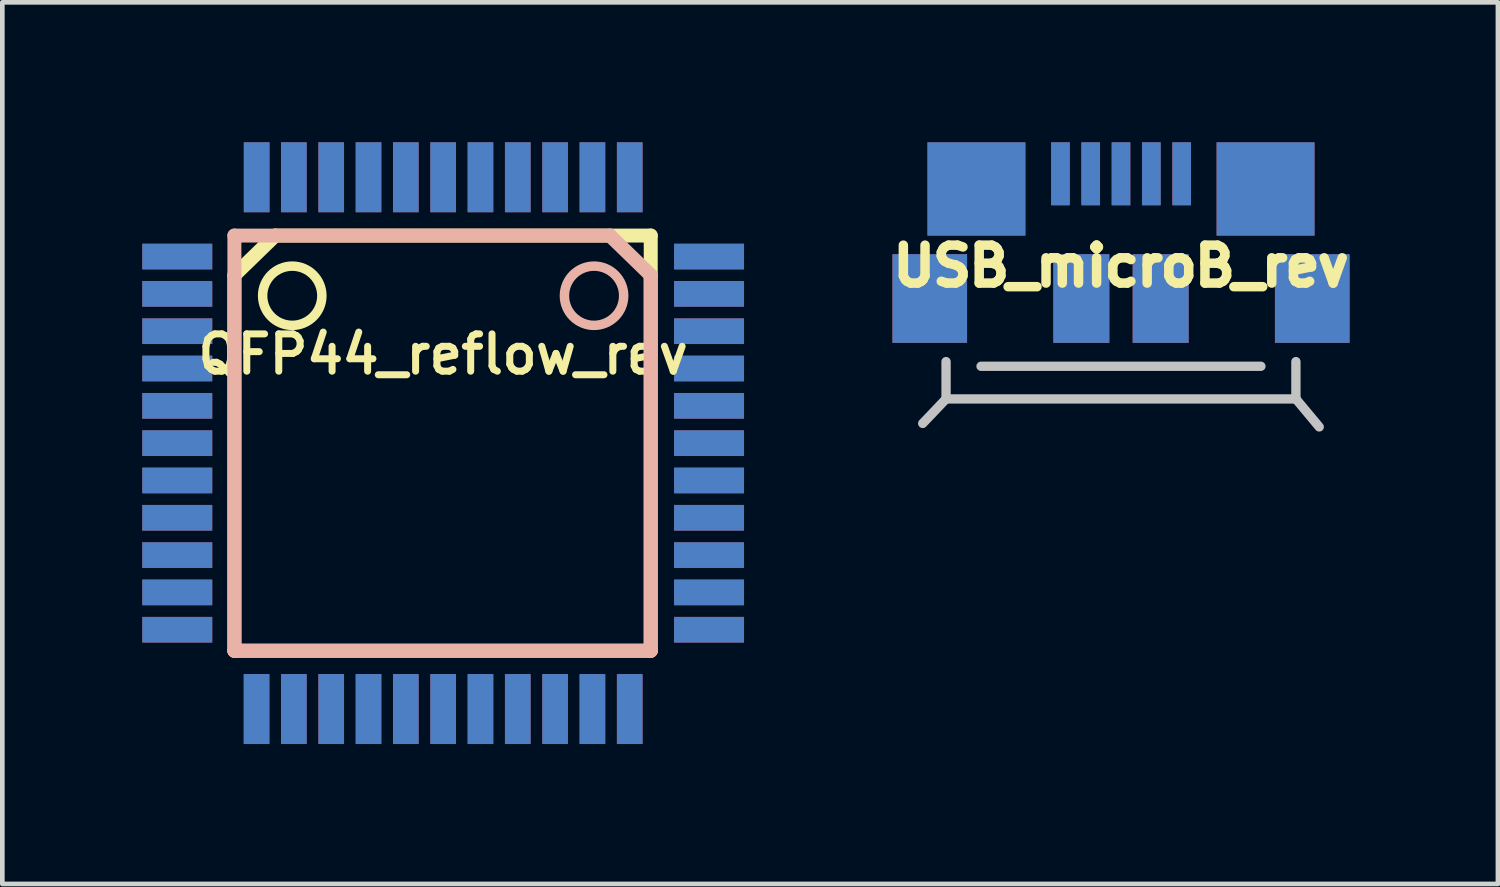
<source format=kicad_pcb>
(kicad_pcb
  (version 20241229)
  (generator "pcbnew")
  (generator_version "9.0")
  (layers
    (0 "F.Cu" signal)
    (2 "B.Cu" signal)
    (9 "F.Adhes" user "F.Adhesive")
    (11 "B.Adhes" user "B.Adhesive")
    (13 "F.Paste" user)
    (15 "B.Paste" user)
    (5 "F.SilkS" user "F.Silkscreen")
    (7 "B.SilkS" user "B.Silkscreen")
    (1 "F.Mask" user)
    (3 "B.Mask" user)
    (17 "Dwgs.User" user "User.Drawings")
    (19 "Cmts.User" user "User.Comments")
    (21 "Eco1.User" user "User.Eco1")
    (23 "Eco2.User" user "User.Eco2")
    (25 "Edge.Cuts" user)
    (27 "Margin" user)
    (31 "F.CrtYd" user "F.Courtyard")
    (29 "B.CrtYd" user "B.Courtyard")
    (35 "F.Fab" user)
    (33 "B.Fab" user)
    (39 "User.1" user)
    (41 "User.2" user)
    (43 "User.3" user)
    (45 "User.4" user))
  (footprint "USB_microB_rev"
    (layer "F.Cu")
    (at 20.981 3.352)
    (property "Reference" "USB_microB_rev" (at 0 -0.699 0) (layer "F.SilkS") (effects (font (size 0.813 0.813) (thickness 0.203))))
    (attr through_hole)
    (fp_line (start -3.75 2.15) (end -4.25 2.675) (stroke (width 0.2) (type solid)) (layer "Dwgs.User"))
    (fp_line (start -3.75 2.15) (end -3.75 1.35) (stroke (width 0.2) (type solid)) (layer "Dwgs.User"))
    (fp_line (start -3.75 2.15) (end 3.75 2.15) (stroke (width 0.2) (type solid)) (layer "Dwgs.User"))
    (fp_line (start -3 1.45) (end 3 1.45) (stroke (width 0.2) (type solid)) (layer "Dwgs.User"))
    (fp_line (start 3.75 2.15) (end 3.75 1.35) (stroke (width 0.2) (type solid)) (layer "Dwgs.User"))
    (fp_line (start 3.75 2.15) (end 4.25 2.75) (stroke (width 0.2) (type solid)) (layer "Dwgs.User"))
    (pad "1" smd rect (at -1.297 -2.677) (size 0.4 1.35) (layers "B.Cu" "B.Mask" "B.Paste"))
    (pad "1" smd rect (at 1.298 -2.675 180) (size 0.4 1.35) (layers "F.Cu" "F.Mask" "F.Paste"))
    (pad "2" smd rect (at -0.649 -2.677) (size 0.4 1.35) (layers "B.Cu" "B.Mask" "B.Paste"))
    (pad "2" smd rect (at 0.65 -2.675 180) (size 0.4 1.35) (layers "F.Cu" "F.Mask" "F.Paste"))
    (pad "3" smd rect (at 0 -2.675 180) (size 0.4 1.35) (layers "F.Cu" "F.Mask" "F.Paste"))
    (pad "3" smd rect (at 0.001 -2.677) (size 0.4 1.35) (layers "B.Cu" "B.Mask" "B.Paste"))
    (pad "4" smd rect (at -0.65 -2.675 180) (size 0.4 1.35) (layers "F.Cu" "F.Mask" "F.Paste"))
    (pad "4" smd rect (at 0.651 -2.677) (size 0.4 1.35) (layers "B.Cu" "B.Mask" "B.Paste"))
    (pad "5" smd rect (at -1.3 -2.675 180) (size 0.4 1.35) (layers "F.Cu" "F.Mask" "F.Paste"))
    (pad "5" smd rect (at 1.302 -2.677) (size 0.4 1.35) (layers "B.Cu" "B.Mask" "B.Paste"))
    (pad "6" smd rect (at -4.1 0) (size 1.6 1.9) (layers "F.Cu" "F.Mask" "F.Paste"))
    (pad "6" smd rect (at -4.099 -0.003 180) (size 1.6 1.9) (layers "B.Cu" "B.Mask" "B.Paste"))
    (pad "6" smd rect (at -3.099 -2.349) (size 2.1 2) (layers "F.Cu" "F.Mask" "F.Paste"))
    (pad "6" smd rect (at -3.098 -2.352 180) (size 2.1 2) (layers "B.Cu" "B.Mask" "B.Paste"))
    (pad "6" smd rect (at -0.85 0) (size 1.2 1.9) (layers "F.Cu" "F.Mask" "F.Paste"))
    (pad "6" smd rect (at -0.849 -0.003 180) (size 1.2 1.9) (layers "B.Cu" "B.Mask" "B.Paste"))
    (pad "6" smd rect (at 0.85 0) (size 1.2 1.9) (layers "F.Cu" "F.Mask" "F.Paste"))
    (pad "6" smd rect (at 0.851 -0.003 180) (size 1.2 1.9) (layers "B.Cu" "B.Mask" "B.Paste"))
    (pad "6" smd rect (at 3.099 -2.349) (size 2.1 2) (layers "F.Cu" "F.Mask" "F.Paste"))
    (pad "6" smd rect (at 3.1 -2.352 180) (size 2.1 2) (layers "B.Cu" "B.Mask" "B.Paste"))
    (pad "6" smd rect (at 4.1 0) (size 1.6 1.9) (layers "F.Cu" "F.Mask" "F.Paste"))
    (pad "6" smd rect (at 4.101 -0.003 180) (size 1.6 1.9) (layers "B.Cu" "B.Mask" "B.Paste")))
  (footprint "QFP44_reflow_rev"
    (layer "F.Cu")
    (at 6.45 6.45)
    (property "Reference" "QFP44_reflow_rev" (at 0 -1.905 0) (layer "F.SilkS") (effects (font (size 0.8 0.8) (thickness 0.15))))
    (attr smd)
    (fp_line (start -4.475 -3.6) (end -4.475 4.45) (stroke (width 0.3) (type solid)) (layer "F.SilkS"))
    (fp_line (start -4.475 4.45) (end 4.45 4.45) (stroke (width 0.3) (type solid)) (layer "F.SilkS"))
    (fp_line (start -3.6 -4.45) (end -4.475 -3.6) (stroke (width 0.3) (type solid)) (layer "F.SilkS"))
    (fp_line (start 4.45 -4.45) (end -3.6 -4.45) (stroke (width 0.3) (type solid)) (layer "F.SilkS"))
    (fp_line (start 4.45 4.45) (end 4.45 -4.45) (stroke (width 0.3) (type solid)) (layer "F.SilkS"))
    (fp_circle (center -3.235 -3.16) (end -2.6 -3.16) (stroke (width 0.203) (type solid)) (fill no) (layer "F.SilkS"))
    (fp_line (start -4.475 -4.45) (end 3.575 -4.45) (stroke (width 0.3) (type solid)) (layer "B.SilkS"))
    (fp_line (start -4.475 4.45) (end -4.475 -4.45) (stroke (width 0.3) (type solid)) (layer "B.SilkS"))
    (fp_line (start 3.575 -4.45) (end 4.45 -3.6) (stroke (width 0.3) (type solid)) (layer "B.SilkS"))
    (fp_line (start 4.45 -3.6) (end 4.45 4.45) (stroke (width 0.3) (type solid)) (layer "B.SilkS"))
    (fp_line (start 4.45 4.45) (end -4.475 4.45) (stroke (width 0.3) (type solid)) (layer "B.SilkS"))
    (fp_circle (center 3.235 -3.16) (end 3.87 -3.16) (stroke (width 0.203) (type solid)) (fill no) (layer "B.SilkS"))
    (pad "1" smd rect (at -5.7 -4) (size 1.5 0.55) (layers "F.Cu" "F.Mask" "F.Paste"))
    (pad "1" smd rect (at 5.7 -4) (size 1.5 0.55) (layers "B.Cu" "B.Mask" "B.Paste"))
    (pad "2" smd rect (at -5.7 -3.2) (size 1.5 0.55) (layers "F.Cu" "F.Mask" "F.Paste"))
    (pad "2" smd rect (at 5.7 -3.2 180) (size 1.5 0.55) (layers "B.Cu" "B.Mask" "B.Paste"))
    (pad "3" smd rect (at -5.7 -2.4) (size 1.5 0.55) (layers "F.Cu" "F.Mask" "F.Paste"))
    (pad "3" smd rect (at 5.7 -2.4) (size 1.5 0.55) (layers "B.Cu" "B.Mask" "B.Paste"))
    (pad "4" smd rect (at -5.7 -1.6) (size 1.5 0.55) (layers "F.Cu" "F.Mask" "F.Paste"))
    (pad "4" smd rect (at 5.7 -1.6 180) (size 1.5 0.55) (layers "B.Cu" "B.Mask" "B.Paste"))
    (pad "5" smd rect (at -5.7 -0.8) (size 1.5 0.55) (layers "F.Cu" "F.Mask" "F.Paste"))
    (pad "5" smd rect (at 5.7 -0.8 180) (size 1.5 0.55) (layers "B.Cu" "B.Mask" "B.Paste"))
    (pad "6" smd rect (at -5.7 0) (size 1.5 0.55) (layers "F.Cu" "F.Mask" "F.Paste"))
    (pad "6" smd rect (at 5.7 0 180) (size 1.5 0.55) (layers "B.Cu" "B.Mask" "B.Paste"))
    (pad "7" smd rect (at -5.7 0.8) (size 1.5 0.55) (layers "F.Cu" "F.Mask" "F.Paste"))
    (pad "7" smd rect (at 5.7 0.8 180) (size 1.5 0.55) (layers "B.Cu" "B.Mask" "B.Paste"))
    (pad "8" smd rect (at -5.7 1.6) (size 1.5 0.55) (layers "F.Cu" "F.Mask" "F.Paste"))
    (pad "8" smd rect (at 5.7 1.6 180) (size 1.5 0.55) (layers "B.Cu" "B.Mask" "B.Paste"))
    (pad "9" smd rect (at -5.7 2.4) (size 1.5 0.55) (layers "F.Cu" "F.Mask" "F.Paste"))
    (pad "9" smd rect (at 5.7 2.4 180) (size 1.5 0.55) (layers "B.Cu" "B.Mask" "B.Paste"))
    (pad "10" smd rect (at -5.7 3.2) (size 1.5 0.55) (layers "F.Cu" "F.Mask" "F.Paste"))
    (pad "10" smd rect (at 5.7 3.2 180) (size 1.5 0.55) (layers "B.Cu" "B.Mask" "B.Paste"))
    (pad "11" smd rect (at -5.7 4) (size 1.5 0.55) (layers "F.Cu" "F.Mask" "F.Paste"))
    (pad "11" smd rect (at 5.7 4 180) (size 1.5 0.55) (layers "B.Cu" "B.Mask" "B.Paste"))
    (pad "12" smd rect (at -4 5.7) (size 0.55 1.5) (layers "F.Cu" "F.Mask" "F.Paste"))
    (pad "12" smd rect (at 4 5.7 180) (size 0.55 1.5) (layers "B.Cu" "B.Mask" "B.Paste"))
    (pad "13" smd rect (at -3.2 5.7) (size 0.55 1.5) (layers "F.Cu" "F.Mask" "F.Paste"))
    (pad "13" smd rect (at 3.2 5.7 180) (size 0.55 1.5) (layers "B.Cu" "B.Mask" "B.Paste"))
    (pad "14" smd rect (at -2.4 5.7) (size 0.55 1.5) (layers "F.Cu" "F.Mask" "F.Paste"))
    (pad "14" smd rect (at 2.4 5.7 180) (size 0.55 1.5) (layers "B.Cu" "B.Mask" "B.Paste"))
    (pad "15" smd rect (at -1.6 5.7) (size 0.55 1.5) (layers "F.Cu" "F.Mask" "F.Paste"))
    (pad "15" smd rect (at 1.6 5.7 180) (size 0.55 1.5) (layers "B.Cu" "B.Mask" "B.Paste"))
    (pad "16" smd rect (at -0.8 5.7) (size 0.55 1.5) (layers "F.Cu" "F.Mask" "F.Paste"))
    (pad "16" smd rect (at 0.8 5.7 180) (size 0.55 1.5) (layers "B.Cu" "B.Mask" "B.Paste"))
    (pad "17" smd rect (at 0 5.7) (size 0.55 1.5) (layers "F.Cu" "F.Mask" "F.Paste"))
    (pad "17" smd rect (at 0 5.7 180) (size 0.55 1.5) (layers "B.Cu" "B.Mask" "B.Paste"))
    (pad "18" smd rect (at -0.8 5.7 180) (size 0.55 1.5) (layers "B.Cu" "B.Mask" "B.Paste"))
    (pad "18" smd rect (at 0.8 5.7) (size 0.55 1.5) (layers "F.Cu" "F.Mask" "F.Paste"))
    (pad "19" smd rect (at -1.6 5.7 180) (size 0.55 1.5) (layers "B.Cu" "B.Mask" "B.Paste"))
    (pad "19" smd rect (at 1.6 5.7) (size 0.55 1.5) (layers "F.Cu" "F.Mask" "F.Paste"))
    (pad "20" smd rect (at -2.4 5.7 180) (size 0.55 1.5) (layers "B.Cu" "B.Mask" "B.Paste"))
    (pad "20" smd rect (at 2.4 5.7) (size 0.55 1.5) (layers "F.Cu" "F.Mask" "F.Paste"))
    (pad "21" smd rect (at -3.2 5.7 180) (size 0.55 1.5) (layers "B.Cu" "B.Mask" "B.Paste"))
    (pad "21" smd rect (at 3.2 5.7) (size 0.55 1.5) (layers "F.Cu" "F.Mask" "F.Paste"))
    (pad "22" smd rect (at -4 5.7 180) (size 0.55 1.5) (layers "B.Cu" "B.Mask" "B.Paste"))
    (pad "22" smd rect (at 4 5.7) (size 0.55 1.5) (layers "F.Cu" "F.Mask" "F.Paste"))
    (pad "23" smd rect (at -5.7 4 90) (size 0.55 1.5) (layers "B.Cu" "B.Mask" "B.Paste"))
    (pad "23" smd rect (at 5.7 4 90) (size 0.55 1.5) (layers "F.Cu" "F.Mask" "F.Paste"))
    (pad "24" smd rect (at -5.7 3.2 90) (size 0.55 1.5) (layers "B.Cu" "B.Mask" "B.Paste"))
    (pad "24" smd rect (at 5.7 3.2 90) (size 0.55 1.5) (layers "F.Cu" "F.Mask" "F.Paste"))
    (pad "25" smd rect (at -5.7 2.4 90) (size 0.55 1.5) (layers "B.Cu" "B.Mask" "B.Paste"))
    (pad "25" smd rect (at 5.7 2.4 90) (size 0.55 1.5) (layers "F.Cu" "F.Mask" "F.Paste"))
    (pad "26" smd rect (at -5.7 1.6 90) (size 0.55 1.5) (layers "B.Cu" "B.Mask" "B.Paste"))
    (pad "26" smd rect (at 5.7 1.6 90) (size 0.55 1.5) (layers "F.Cu" "F.Mask" "F.Paste"))
    (pad "27" smd rect (at -5.7 0.8 90) (size 0.55 1.5) (layers "B.Cu" "B.Mask" "B.Paste"))
    (pad "27" smd rect (at 5.7 0.8 90) (size 0.55 1.5) (layers "F.Cu" "F.Mask" "F.Paste"))
    (pad "28" smd rect (at -5.7 0 90) (size 0.55 1.5) (layers "B.Cu" "B.Mask" "B.Paste"))
    (pad "28" smd rect (at 5.7 0 90) (size 0.55 1.5) (layers "F.Cu" "F.Mask" "F.Paste"))
    (pad "29" smd rect (at -5.7 -0.8 90) (size 0.55 1.5) (layers "B.Cu" "B.Mask" "B.Paste"))
    (pad "29" smd rect (at 5.7 -0.8 90) (size 0.55 1.5) (layers "F.Cu" "F.Mask" "F.Paste"))
    (pad "30" smd rect (at -5.7 -1.6 90) (size 0.55 1.5) (layers "B.Cu" "B.Mask" "B.Paste"))
    (pad "30" smd rect (at 5.7 -1.6 90) (size 0.55 1.5) (layers "F.Cu" "F.Mask" "F.Paste"))
    (pad "31" smd rect (at -5.7 -2.4 90) (size 0.55 1.5) (layers "B.Cu" "B.Mask" "B.Paste"))
    (pad "31" smd rect (at 5.7 -2.4 90) (size 0.55 1.5) (layers "F.Cu" "F.Mask" "F.Paste"))
    (pad "32" smd rect (at -5.7 -3.2 90) (size 0.55 1.5) (layers "B.Cu" "B.Mask" "B.Paste"))
    (pad "32" smd rect (at 5.7 -3.2 90) (size 0.55 1.5) (layers "F.Cu" "F.Mask" "F.Paste"))
    (pad "33" smd rect (at -5.7 -4 90) (size 0.55 1.5) (layers "B.Cu" "B.Mask" "B.Paste"))
    (pad "33" smd rect (at 5.7 -4 90) (size 0.55 1.5) (layers "F.Cu" "F.Mask" "F.Paste"))
    (pad "34" smd rect (at -3.997 -5.7 180) (size 0.55 1.5) (layers "B.Cu" "B.Mask" "B.Paste"))
    (pad "34" smd rect (at 4 -5.7) (size 0.55 1.5) (layers "F.Cu" "F.Mask" "F.Paste"))
    (pad "35" smd rect (at -3.2 -5.7 180) (size 0.55 1.5) (layers "B.Cu" "B.Mask" "B.Paste"))
    (pad "35" smd rect (at 3.2 -5.7) (size 0.55 1.5) (layers "F.Cu" "F.Mask" "F.Paste"))
    (pad "36" smd rect (at -2.4 -5.7 180) (size 0.55 1.5) (layers "B.Cu" "B.Mask" "B.Paste"))
    (pad "36" smd rect (at 2.4 -5.7) (size 0.55 1.5) (layers "F.Cu" "F.Mask" "F.Paste"))
    (pad "37" smd rect (at -1.6 -5.7 180) (size 0.55 1.5) (layers "B.Cu" "B.Mask" "B.Paste"))
    (pad "37" smd rect (at 1.6 -5.7) (size 0.55 1.5) (layers "F.Cu" "F.Mask" "F.Paste"))
    (pad "38" smd rect (at -0.8 -5.7 180) (size 0.55 1.5) (layers "B.Cu" "B.Mask" "B.Paste"))
    (pad "38" smd rect (at 0.8 -5.7) (size 0.55 1.5) (layers "F.Cu" "F.Mask" "F.Paste"))
    (pad "39" smd rect (at 0 -5.7) (size 0.55 1.5) (layers "F.Cu" "F.Mask" "F.Paste"))
    (pad "39" smd rect (at 0 -5.7 180) (size 0.55 1.5) (layers "B.Cu" "B.Mask" "B.Paste"))
    (pad "40" smd rect (at -0.8 -5.7) (size 0.55 1.5) (layers "F.Cu" "F.Mask" "F.Paste"))
    (pad "40" smd rect (at 0.8 -5.7 180) (size 0.55 1.5) (layers "B.Cu" "B.Mask" "B.Paste"))
    (pad "41" smd rect (at -1.6 -5.7) (size 0.55 1.5) (layers "F.Cu" "F.Mask" "F.Paste"))
    (pad "41" smd rect (at 1.6 -5.7 180) (size 0.55 1.5) (layers "B.Cu" "B.Mask" "B.Paste"))
    (pad "42" smd rect (at -2.4 -5.7) (size 0.55 1.5) (layers "F.Cu" "F.Mask" "F.Paste"))
    (pad "42" smd rect (at 2.4 -5.7 180) (size 0.55 1.5) (layers "B.Cu" "B.Mask" "B.Paste"))
    (pad "43" smd rect (at -3.2 -5.7) (size 0.55 1.5) (layers "F.Cu" "F.Mask" "F.Paste"))
    (pad "43" smd rect (at 3.2 -5.7 180) (size 0.55 1.5) (layers "B.Cu" "B.Mask" "B.Paste"))
    (pad "44" smd rect (at -4 -5.7) (size 0.55 1.5) (layers "F.Cu" "F.Mask" "F.Paste"))
    (pad "44" smd rect (at 4 -5.7 180) (size 0.55 1.5) (layers "B.Cu" "B.Mask" "B.Paste")))
  (gr_rect
    (start -3 -3)
    (end 29.062 15.9)
    (stroke (width 0.1) (type default))
    (fill no)
    (layer "Edge.Cuts")))
</source>
